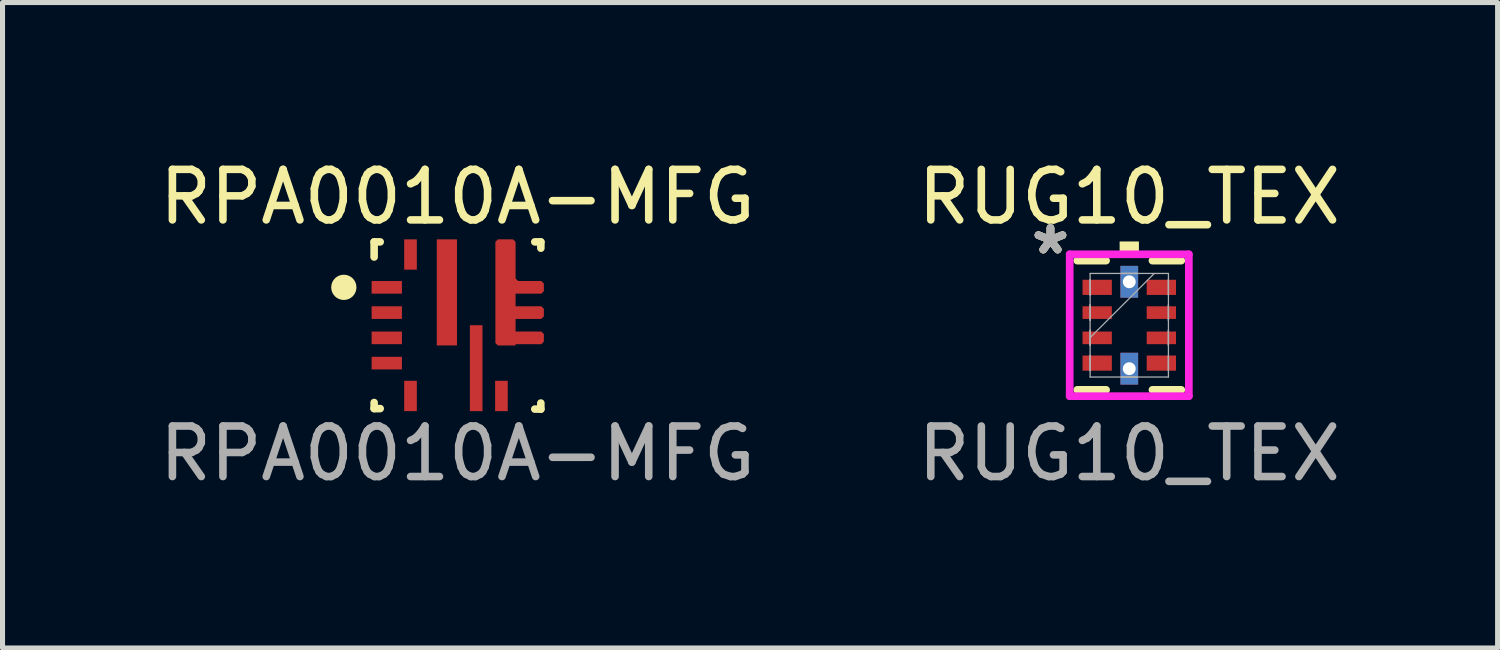
<source format=kicad_pcb>
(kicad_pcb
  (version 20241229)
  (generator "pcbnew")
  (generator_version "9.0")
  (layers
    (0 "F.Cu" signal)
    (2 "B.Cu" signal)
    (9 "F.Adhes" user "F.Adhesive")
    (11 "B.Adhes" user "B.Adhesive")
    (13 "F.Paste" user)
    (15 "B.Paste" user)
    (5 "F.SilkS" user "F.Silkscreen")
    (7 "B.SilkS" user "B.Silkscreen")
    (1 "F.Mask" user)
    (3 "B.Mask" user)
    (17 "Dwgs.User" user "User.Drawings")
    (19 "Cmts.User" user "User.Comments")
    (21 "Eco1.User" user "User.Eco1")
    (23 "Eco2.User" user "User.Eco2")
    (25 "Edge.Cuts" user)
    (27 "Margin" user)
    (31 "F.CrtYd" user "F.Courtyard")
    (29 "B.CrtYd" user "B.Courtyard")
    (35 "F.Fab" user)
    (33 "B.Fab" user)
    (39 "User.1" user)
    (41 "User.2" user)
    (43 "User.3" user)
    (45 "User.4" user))
  (footprint "RPA0010A-MFG"
    (layer "F.Cu")
    (at 6.006 3.388)
    (property "Reference" "RPA0010A-MFG" (at 0 -2.54 0) (unlocked yes) (layer "F.SilkS") (effects (font (size 1 1) (thickness 0.15))))
    (attr smd)
    (fp_poly (pts (xy 0.8 -1.7) (xy 0.75 -1.65) (xy 0.75 0.35) (xy 0.8 0.4) (xy 1.15 0.4) (xy 1.15 0.375) (xy 1.66 0.375) (xy 1.71 0.325) (xy 1.71 0.175) (xy 1.66 0.125) (xy 1.15 0.125) (xy 1.15 -0.125) (xy 1.66 -0.125) (xy 1.71 -0.175) (xy 1.71 -0.325) (xy 1.66 -0.375) (xy 1.15 -0.375) (xy 1.15 -0.625) (xy 1.66 -0.625) (xy 1.71 -0.675) (xy 1.71 -0.825) (xy 1.66 -0.875) (xy 1.2 -0.875) (xy 1.15 -0.925) (xy 1.15 -1.65) (xy 1.1 -1.7)) (stroke (width 0) (type solid)) (fill yes) (layer "F.Cu"))
    (fp_poly (pts (xy 0.8 -1.7) (xy 1.1 -1.7) (xy 1.15 -1.65) (xy 1.15 -0.925) (xy 1.2 -0.875) (xy 1.66 -0.875) (xy 1.71 -0.825) (xy 1.71 -0.675) (xy 1.66 -0.625) (xy 1.15 -0.625) (xy 1.15 -0.375) (xy 1.66 -0.375) (xy 1.71 -0.325) (xy 1.71 -0.175) (xy 1.66 -0.125) (xy 1.15 -0.125) (xy 1.15 0.125) (xy 1.66 0.125) (xy 1.71 0.175) (xy 1.71 0.325) (xy 1.66 0.375) (xy 1.15 0.375) (xy 1.15 0.4) (xy 0.8 0.4) (xy 0.75 0.35) (xy 0.75 -1.65)) (stroke (width 0) (type solid)) (fill yes) (layer "F.Mask"))
    (fp_line (start -1.65 -1.65) (end -1.53 -1.65) (stroke (width 0.15) (type solid)) (layer "F.SilkS"))
    (fp_line (start -1.65 -1.35) (end -1.65 -1.65) (stroke (width 0.15) (type solid)) (layer "F.SilkS"))
    (fp_line (start -1.65 1.65) (end -1.65 1.53) (stroke (width 0.15) (type solid)) (layer "F.SilkS"))
    (fp_line (start -1.65 1.65) (end -1.53 1.65) (stroke (width 0.15) (type solid)) (layer "F.SilkS"))
    (fp_line (start 1.53 -1.65) (end 1.65 -1.65) (stroke (width 0.15) (type solid)) (layer "F.SilkS"))
    (fp_line (start 1.53 1.66) (end 1.65 1.66) (stroke (width 0.15) (type solid)) (layer "F.SilkS"))
    (fp_line (start 1.65 -1.525) (end 1.65 -1.645) (stroke (width 0.15) (type solid)) (layer "F.SilkS"))
    (fp_line (start 1.65 1.66) (end 1.65 1.54) (stroke (width 0.15) (type solid)) (layer "F.SilkS"))
    (fp_circle (center -2.25 -0.75) (end -2.125 -0.75) (stroke (width 0.25) (type solid)) (fill no) (layer "F.SilkS"))
    (fp_poly (pts (xy -0.41 0.345) (xy -0.41 -0.505) (xy -0.36 -0.555) (xy -0.06 -0.555) (xy -0.01 -0.505) (xy -0.01 0.345) (xy -0.06 0.395) (xy -0.36 0.395)) (stroke (width 0) (type solid)) (fill yes) (layer "F.Paste"))
    (fp_poly (pts (xy -0.36 -1.705) (xy -0.06 -1.705) (xy -0.01 -1.655) (xy -0.01 -0.805) (xy -0.06 -0.755) (xy -0.36 -0.755) (xy -0.41 -0.805) (xy -0.41 -1.655)) (stroke (width 0) (type solid)) (fill yes) (layer "F.Paste"))
    (fp_poly (pts (xy 0.245 1.655) (xy 0.245 1.005) (xy 0.295 0.955) (xy 0.445 0.955) (xy 0.495 1.005) (xy 0.495 1.655) (xy 0.445 1.705) (xy 0.295 1.705)) (stroke (width 0) (type solid)) (fill yes) (layer "F.Paste"))
    (fp_poly (pts (xy 0.445 0.005) (xy 0.495 0.055) (xy 0.495 0.705) (xy 0.445 0.755) (xy 0.295 0.755) (xy 0.245 0.705) (xy 0.245 0.055) (xy 0.295 0.005)) (stroke (width 0) (type solid)) (fill yes) (layer "F.Paste"))
    (fp_poly (pts (xy 0.8 -1.7) (xy 1.1 -1.7) (xy 1.15 -1.65) (xy 1.15 -0.925) (xy 1.2 -0.875) (xy 1.66 -0.875) (xy 1.71 -0.825) (xy 1.71 -0.675) (xy 1.66 -0.625) (xy 1.15 -0.625) (xy 1.15 -0.375) (xy 1.66 -0.375) (xy 1.71 -0.325) (xy 1.71 -0.175) (xy 1.66 -0.125) (xy 1.15 -0.125) (xy 1.15 0.125) (xy 1.66 0.125) (xy 1.71 0.175) (xy 1.71 0.325) (xy 1.66 0.375) (xy 1.15 0.375) (xy 1.15 0.4) (xy 0.8 0.4) (xy 0.75 0.35) (xy 0.75 -1.65)) (stroke (width 0) (type solid)) (fill yes) (layer "F.Paste"))
    (fp_line (start -1.55 -1.55) (end 1.55 -1.55) (stroke (width 0.15) (type solid)) (layer "Margin"))
    (fp_line (start -1.55 1.55) (end -1.55 -1.55) (stroke (width 0.15) (type solid)) (layer "Margin"))
    (fp_line (start -1.55 1.55) (end 1.55 1.55) (stroke (width 0.15) (type solid)) (layer "Margin"))
    (fp_line (start 1.55 1.55) (end 1.55 -1.55) (stroke (width 0.15) (type solid)) (layer "Margin"))
    (fp_text user "${REFERENCE}" (at 0 2.54 0) (unlocked yes) (layer "F.Fab") (effects (font (size 1 1) (thickness 0.15))))
    (pad "1" smd rect (at -1.4 -0.75 90) (size 0.25 0.6) (layers "F.Cu" "F.Mask" "F.Paste"))
    (pad "2" smd rect (at -1.4 -0.25 90) (size 0.25 0.6) (layers "F.Cu" "F.Mask" "F.Paste"))
    (pad "3" smd rect (at -1.4 0.25 90) (size 0.25 0.6) (layers "F.Cu" "F.Mask" "F.Paste"))
    (pad "4" smd rect (at -1.4 0.75 90) (size 0.25 0.6) (layers "F.Cu" "F.Mask" "F.Paste"))
    (pad "5" smd rect (at -0.93 1.4) (size 0.25 0.6) (layers "F.Cu" "F.Mask" "F.Paste"))
    (pad "6" smd rect (at 0.37 0.85) (size 0.25 1.7) (layers "F.Cu" "F.Mask"))
    (pad "7" smd rect (at 0.87 1.4) (size 0.25 0.6) (layers "F.Cu" "F.Mask" "F.Paste"))
    (pad "8" smd circle (at 0.99 -0.8) (size 0.35 0.35) (layers "F.Cu" "F.Mask" "F.Paste"))
    (pad "9" smd rect (at -0.21 -0.65) (size 0.4 2.1) (layers "F.Cu" "F.Mask"))
    (pad "10" smd rect (at -0.93 -1.4) (size 0.25 0.6) (layers "F.Cu" "F.Mask" "F.Paste")))
  (footprint "RUG10_TEX"
    (layer "F.Cu")
    (at 19.304 3.388)
    (property "Reference" "RUG10_TEX" (at 0 -2.54 0) (unlocked yes) (layer "F.SilkS") (effects (font (size 1 1) (thickness 0.15))))
    (attr smd)
    (fp_poly (pts (xy -0.975 -0.95) (xy -0.975 -0.55) (xy -0.295 -0.55) (xy -0.295 -0.95)) (stroke (width 0) (type solid)) (fill yes) (layer "F.Mask"))
    (fp_poly (pts (xy -0.975 -0.45) (xy -0.975 -0.05) (xy -0.295 -0.05) (xy -0.295 -0.45)) (stroke (width 0) (type solid)) (fill yes) (layer "F.Mask"))
    (fp_poly (pts (xy -0.975 0.05) (xy -0.975 0.45) (xy -0.295 0.45) (xy -0.295 0.05)) (stroke (width 0) (type solid)) (fill yes) (layer "F.Mask"))
    (fp_poly (pts (xy -0.975 0.55) (xy -0.975 0.95) (xy -0.295 0.95) (xy -0.295 0.55)) (stroke (width 0) (type solid)) (fill yes) (layer "F.Mask"))
    (fp_poly (pts (xy -0.2 -1.2) (xy -0.2 -0.52) (xy 0.2 -0.52) (xy 0.2 -1.2)) (stroke (width 0) (type solid)) (fill yes) (layer "F.Mask"))
    (fp_poly (pts (xy -0.2 0.52) (xy -0.2 1.2) (xy 0.2 1.2) (xy 0.2 0.52)) (stroke (width 0) (type solid)) (fill yes) (layer "F.Mask"))
    (fp_poly (pts (xy 0.295 -0.95) (xy 0.295 -0.55) (xy 0.975 -0.55) (xy 0.975 -0.95)) (stroke (width 0) (type solid)) (fill yes) (layer "F.Mask"))
    (fp_poly (pts (xy 0.295 -0.45) (xy 0.295 -0.05) (xy 0.975 -0.05) (xy 0.975 -0.45)) (stroke (width 0) (type solid)) (fill yes) (layer "F.Mask"))
    (fp_poly (pts (xy 0.295 0.05) (xy 0.295 0.45) (xy 0.975 0.45) (xy 0.975 0.05)) (stroke (width 0) (type solid)) (fill yes) (layer "F.Mask"))
    (fp_poly (pts (xy 0.295 0.55) (xy 0.295 0.95) (xy 0.975 0.95) (xy 0.975 0.55)) (stroke (width 0) (type solid)) (fill yes) (layer "F.Mask"))
    (fp_line (start -1.029 1.279) (end -0.459 1.279) (stroke (width 0.152) (type solid)) (layer "F.SilkS"))
    (fp_line (start -0.459 -1.279) (end -1.029 -1.279) (stroke (width 0.152) (type solid)) (layer "F.SilkS"))
    (fp_line (start 0.459 1.279) (end 1.029 1.279) (stroke (width 0.152) (type solid)) (layer "F.SilkS"))
    (fp_line (start 1.029 -1.279) (end 0.459 -1.279) (stroke (width 0.152) (type solid)) (layer "F.SilkS"))
    (fp_poly (pts (xy -0.191 -1.404) (xy -0.191 -1.658) (xy 0.191 -1.658) (xy 0.191 -1.404)) (stroke (width 0) (type solid)) (fill yes) (layer "F.SilkS"))
    (fp_poly (pts (xy -0.9 -0.875) (xy -0.9 -0.625) (xy -0.37 -0.625) (xy -0.37 -0.875)) (stroke (width 0) (type solid)) (fill yes) (layer "F.Paste"))
    (fp_poly (pts (xy -0.9 -0.375) (xy -0.9 -0.125) (xy -0.37 -0.125) (xy -0.37 -0.375)) (stroke (width 0) (type solid)) (fill yes) (layer "F.Paste"))
    (fp_poly (pts (xy -0.9 0.125) (xy -0.9 0.375) (xy -0.37 0.375) (xy -0.37 0.125)) (stroke (width 0) (type solid)) (fill yes) (layer "F.Paste"))
    (fp_poly (pts (xy -0.9 0.625) (xy -0.9 0.875) (xy -0.37 0.875) (xy -0.37 0.625)) (stroke (width 0) (type solid)) (fill yes) (layer "F.Paste"))
    (fp_poly (pts (xy -0.125 -1.125) (xy -0.125 -0.595) (xy 0.125 -0.595) (xy 0.125 -1.125)) (stroke (width 0) (type solid)) (fill yes) (layer "F.Paste"))
    (fp_poly (pts (xy -0.125 0.595) (xy -0.125 1.125) (xy 0.125 1.125) (xy 0.125 0.595)) (stroke (width 0) (type solid)) (fill yes) (layer "F.Paste"))
    (fp_poly (pts (xy 0.37 -0.875) (xy 0.37 -0.625) (xy 0.9 -0.625) (xy 0.9 -0.875)) (stroke (width 0) (type solid)) (fill yes) (layer "F.Paste"))
    (fp_poly (pts (xy 0.37 -0.375) (xy 0.37 -0.125) (xy 0.9 -0.125) (xy 0.9 -0.375)) (stroke (width 0) (type solid)) (fill yes) (layer "F.Paste"))
    (fp_poly (pts (xy 0.37 0.125) (xy 0.37 0.375) (xy 0.9 0.375) (xy 0.9 0.125)) (stroke (width 0) (type solid)) (fill yes) (layer "F.Paste"))
    (fp_poly (pts (xy 0.37 0.625) (xy 0.37 0.875) (xy 0.9 0.875) (xy 0.9 0.625)) (stroke (width 0) (type solid)) (fill yes) (layer "F.Paste"))
    (fp_line (start -1.179 -1.404) (end 1.179 -1.404) (stroke (width 0.152) (type solid)) (layer "F.CrtYd"))
    (fp_line (start -1.179 1.404) (end -1.179 -1.404) (stroke (width 0.152) (type solid)) (layer "F.CrtYd"))
    (fp_line (start 1.179 -1.404) (end 1.179 1.404) (stroke (width 0.152) (type solid)) (layer "F.CrtYd"))
    (fp_line (start 1.179 1.404) (end -1.179 1.404) (stroke (width 0.152) (type solid)) (layer "F.CrtYd"))
    (fp_line (start -0.775 -1.025) (end -0.775 1.025) (stroke (width 0.025) (type solid)) (layer "F.Fab"))
    (fp_line (start -0.775 -0.9) (end -0.775 -0.9) (stroke (width 0.025) (type solid)) (layer "F.Fab"))
    (fp_line (start -0.775 -0.9) (end -0.775 -0.6) (stroke (width 0.025) (type solid)) (layer "F.Fab"))
    (fp_line (start -0.775 -0.6) (end -0.775 -0.9) (stroke (width 0.025) (type solid)) (layer "F.Fab"))
    (fp_line (start -0.775 -0.6) (end -0.775 -0.6) (stroke (width 0.025) (type solid)) (layer "F.Fab"))
    (fp_line (start -0.775 -0.4) (end -0.775 -0.4) (stroke (width 0.025) (type solid)) (layer "F.Fab"))
    (fp_line (start -0.775 -0.4) (end -0.775 -0.1) (stroke (width 0.025) (type solid)) (layer "F.Fab"))
    (fp_line (start -0.775 -0.1) (end -0.775 -0.4) (stroke (width 0.025) (type solid)) (layer "F.Fab"))
    (fp_line (start -0.775 -0.1) (end -0.775 -0.1) (stroke (width 0.025) (type solid)) (layer "F.Fab"))
    (fp_line (start -0.775 0.1) (end -0.775 0.1) (stroke (width 0.025) (type solid)) (layer "F.Fab"))
    (fp_line (start -0.775 0.1) (end -0.775 0.4) (stroke (width 0.025) (type solid)) (layer "F.Fab"))
    (fp_line (start -0.775 0.245) (end 0.495 -1.025) (stroke (width 0.025) (type solid)) (layer "F.Fab"))
    (fp_line (start -0.775 0.4) (end -0.775 0.1) (stroke (width 0.025) (type solid)) (layer "F.Fab"))
    (fp_line (start -0.775 0.4) (end -0.775 0.4) (stroke (width 0.025) (type solid)) (layer "F.Fab"))
    (fp_line (start -0.775 0.6) (end -0.775 0.6) (stroke (width 0.025) (type solid)) (layer "F.Fab"))
    (fp_line (start -0.775 0.6) (end -0.775 0.9) (stroke (width 0.025) (type solid)) (layer "F.Fab"))
    (fp_line (start -0.775 0.9) (end -0.775 0.6) (stroke (width 0.025) (type solid)) (layer "F.Fab"))
    (fp_line (start -0.775 0.9) (end -0.775 0.9) (stroke (width 0.025) (type solid)) (layer "F.Fab"))
    (fp_line (start -0.775 1.025) (end 0.775 1.025) (stroke (width 0.025) (type solid)) (layer "F.Fab"))
    (fp_line (start -0.15 -1.025) (end -0.15 -1.025) (stroke (width 0.025) (type solid)) (layer "F.Fab"))
    (fp_line (start -0.15 -1.025) (end 0.15 -1.025) (stroke (width 0.025) (type solid)) (layer "F.Fab"))
    (fp_line (start -0.15 1.025) (end -0.15 1.025) (stroke (width 0.025) (type solid)) (layer "F.Fab"))
    (fp_line (start -0.15 1.025) (end 0.15 1.025) (stroke (width 0.025) (type solid)) (layer "F.Fab"))
    (fp_line (start 0.15 -1.025) (end -0.15 -1.025) (stroke (width 0.025) (type solid)) (layer "F.Fab"))
    (fp_line (start 0.15 -1.025) (end 0.15 -1.025) (stroke (width 0.025) (type solid)) (layer "F.Fab"))
    (fp_line (start 0.15 1.025) (end -0.15 1.025) (stroke (width 0.025) (type solid)) (layer "F.Fab"))
    (fp_line (start 0.15 1.025) (end 0.15 1.025) (stroke (width 0.025) (type solid)) (layer "F.Fab"))
    (fp_line (start 0.775 -1.025) (end -0.775 -1.025) (stroke (width 0.025) (type solid)) (layer "F.Fab"))
    (fp_line (start 0.775 -0.9) (end 0.775 -0.9) (stroke (width 0.025) (type solid)) (layer "F.Fab"))
    (fp_line (start 0.775 -0.9) (end 0.775 -0.6) (stroke (width 0.025) (type solid)) (layer "F.Fab"))
    (fp_line (start 0.775 -0.6) (end 0.775 -0.9) (stroke (width 0.025) (type solid)) (layer "F.Fab"))
    (fp_line (start 0.775 -0.6) (end 0.775 -0.6) (stroke (width 0.025) (type solid)) (layer "F.Fab"))
    (fp_line (start 0.775 -0.4) (end 0.775 -0.4) (stroke (width 0.025) (type solid)) (layer "F.Fab"))
    (fp_line (start 0.775 -0.4) (end 0.775 -0.1) (stroke (width 0.025) (type solid)) (layer "F.Fab"))
    (fp_line (start 0.775 -0.1) (end 0.775 -0.4) (stroke (width 0.025) (type solid)) (layer "F.Fab"))
    (fp_line (start 0.775 -0.1) (end 0.775 -0.1) (stroke (width 0.025) (type solid)) (layer "F.Fab"))
    (fp_line (start 0.775 0.1) (end 0.775 0.1) (stroke (width 0.025) (type solid)) (layer "F.Fab"))
    (fp_line (start 0.775 0.1) (end 0.775 0.4) (stroke (width 0.025) (type solid)) (layer "F.Fab"))
    (fp_line (start 0.775 0.4) (end 0.775 0.1) (stroke (width 0.025) (type solid)) (layer "F.Fab"))
    (fp_line (start 0.775 0.4) (end 0.775 0.4) (stroke (width 0.025) (type solid)) (layer "F.Fab"))
    (fp_line (start 0.775 0.6) (end 0.775 0.6) (stroke (width 0.025) (type solid)) (layer "F.Fab"))
    (fp_line (start 0.775 0.6) (end 0.775 0.9) (stroke (width 0.025) (type solid)) (layer "F.Fab"))
    (fp_line (start 0.775 0.9) (end 0.775 0.6) (stroke (width 0.025) (type solid)) (layer "F.Fab"))
    (fp_line (start 0.775 0.9) (end 0.775 0.9) (stroke (width 0.025) (type solid)) (layer "F.Fab"))
    (fp_line (start 0.775 1.025) (end 0.775 -1.025) (stroke (width 0.025) (type solid)) (layer "F.Fab"))
    (fp_text user "*" (at -1.56 -1.381 0) (layer "F.SilkS") (effects (font (size 1 1) (thickness 0.15))))
    (fp_text user "*" (at -1.56 -1.381 0) (unlocked yes) (layer "F.SilkS") (effects (font (size 1 1) (thickness 0.15))))
    (fp_text user "${REFERENCE}" (at 0 2.54 0) (unlocked yes) (layer "F.Fab") (effects (font (size 1 1) (thickness 0.15))))
    (fp_text user "*" (at -1.56 -1.381 0) (unlocked yes) (layer "F.Fab") (effects (font (size 1 1) (thickness 0.15))))
    (fp_text user "*" (at -1.56 -1.381 0) (layer "F.Fab") (effects (font (size 1 1) (thickness 0.15))))
    (pad "1" smd rect (at -0.635 -0.75 90) (size 0.3 0.58) (layers "F.Cu" "F.Mask"))
    (pad "2" smd rect (at -0.635 -0.25 90) (size 0.25 0.58) (layers "F.Cu" "F.Mask" "F.Paste"))
    (pad "3" smd rect (at -0.635 0.25 90) (size 0.25 0.58) (layers "F.Cu" "F.Mask" "F.Paste"))
    (pad "4" smd rect (at -0.635 0.75 90) (size 0.3 0.58) (layers "F.Cu" "F.Mask"))
    (pad "5" thru_hole rect (at 0 0.86) (size 0.35 0.63) (drill 0.254) (layers "*.Cu" "*.Mask"))
    (pad "6" smd rect (at 0.635 0.75 90) (size 0.3 0.58) (layers "F.Cu" "F.Mask"))
    (pad "7" smd rect (at 0.635 0.25 90) (size 0.25 0.58) (layers "F.Cu" "F.Mask" "F.Paste"))
    (pad "8" smd rect (at 0.635 -0.25 90) (size 0.25 0.58) (layers "F.Cu" "F.Mask" "F.Paste"))
    (pad "9" smd rect (at 0.635 -0.75 90) (size 0.3 0.58) (layers "F.Cu" "F.Mask"))
    (pad "10" thru_hole rect (at 0 -0.86) (size 0.35 0.63) (drill 0.254) (layers "*.Cu" "*.Mask")))
  (gr_rect
    (start -3 -3)
    (end 26.595 9.777)
    (stroke (width 0.1) (type default))
    (fill no)
    (layer "Edge.Cuts")))
</source>
